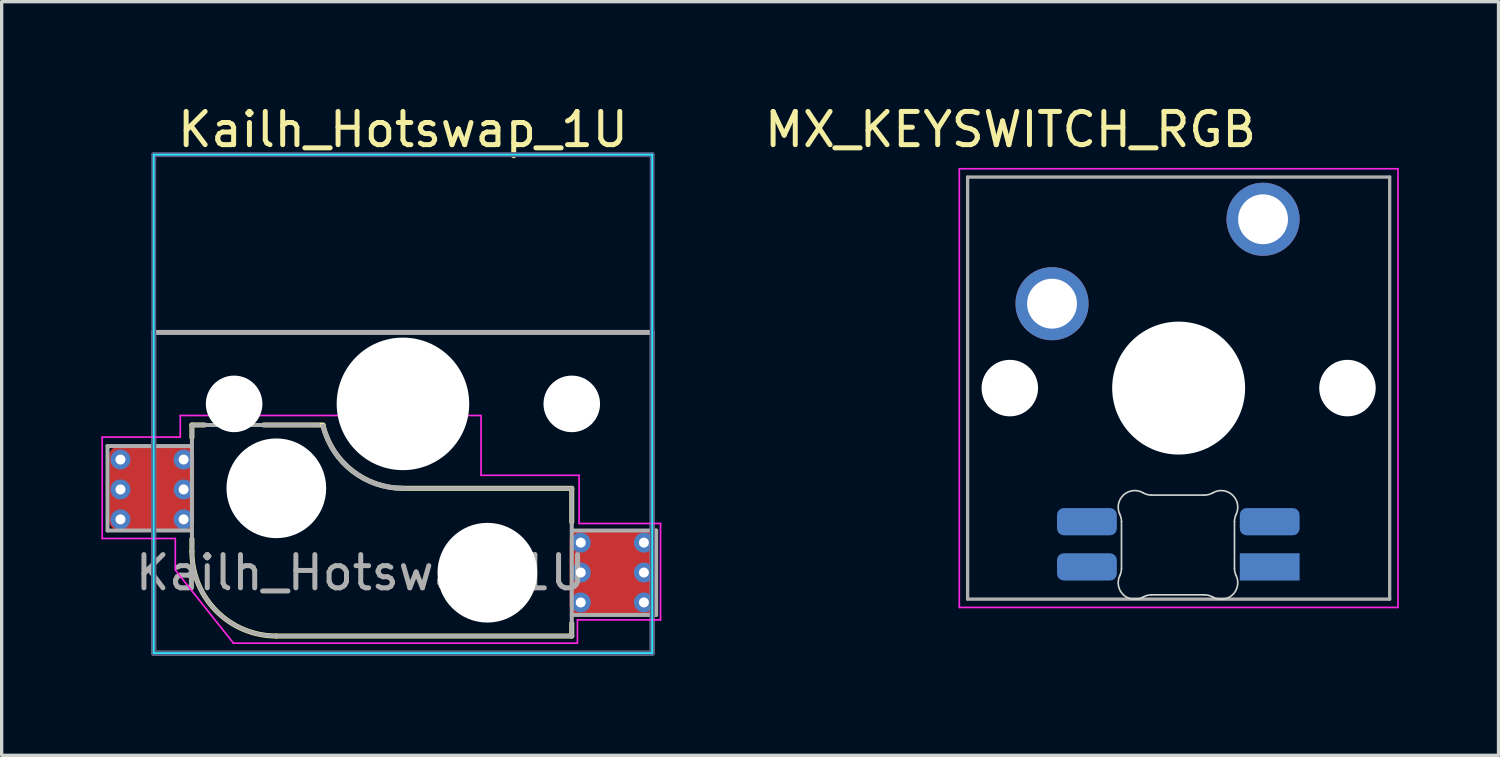
<source format=kicad_pcb>
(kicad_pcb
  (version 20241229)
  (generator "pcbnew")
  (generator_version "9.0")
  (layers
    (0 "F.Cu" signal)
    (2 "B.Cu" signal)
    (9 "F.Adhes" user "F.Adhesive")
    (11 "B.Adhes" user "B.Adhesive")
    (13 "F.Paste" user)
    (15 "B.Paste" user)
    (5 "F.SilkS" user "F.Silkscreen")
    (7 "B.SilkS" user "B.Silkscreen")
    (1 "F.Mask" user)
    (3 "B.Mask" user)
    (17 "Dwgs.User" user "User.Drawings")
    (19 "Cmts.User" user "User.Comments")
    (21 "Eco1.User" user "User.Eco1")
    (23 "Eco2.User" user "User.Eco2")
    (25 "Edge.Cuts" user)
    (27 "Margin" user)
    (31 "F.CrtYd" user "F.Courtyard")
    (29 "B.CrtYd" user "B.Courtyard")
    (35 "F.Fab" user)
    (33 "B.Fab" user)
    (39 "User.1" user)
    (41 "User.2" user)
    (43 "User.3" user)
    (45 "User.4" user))
  (footprint "MX_KEYSWITCH_RGB"
    (layer "F.Cu")
    (at 32.356 8.648)
    (property "Reference" "MX_KEYSWITCH_RGB" (at -5 -7.8 0) (layer "F.SilkS") (effects (font (size 1 1) (thickness 0.15))))
    (attr through_hole)
    (fp_line (start -1.66 5.403) (end -1.66 3.997) (stroke (width 0.05) (type solid)) (layer "Edge.Cuts"))
    (fp_line (start -0.754 3.2) (end 0.834 3.2) (stroke (width 0.05) (type solid)) (layer "Edge.Cuts"))
    (fp_line (start 0.834 6.2) (end -0.754 6.2) (stroke (width 0.05) (type solid)) (layer "Edge.Cuts"))
    (fp_line (start 1.74 3.997) (end 1.74 5.403) (stroke (width 0.05) (type solid)) (layer "Edge.Cuts"))
    (fp_arc (start -1.709484 3.78028) (mid -1.672527 3.885932) (end -1.659999 3.997158) (stroke (width 0.05) (type solid)) (layer "Edge.Cuts"))
    (fp_arc (start -1.709484 3.780281) (mid -1.598072 3.195965) (end -1.006711 3.131701) (stroke (width 0.05) (type solid)) (layer "Edge.Cuts"))
    (fp_arc (start -1.659999 5.402843) (mid -1.672527 5.514068) (end -1.709484 5.61972) (stroke (width 0.05) (type solid)) (layer "Edge.Cuts"))
    (fp_arc (start -1.006711 6.268298) (mid -1.598071 6.204034) (end -1.709484 5.61972) (stroke (width 0.05) (type solid)) (layer "Edge.Cuts"))
    (fp_arc (start -1.006711 6.268298) (mid -0.885123 6.217376) (end -0.754453 6.199999) (stroke (width 0.05) (type solid)) (layer "Edge.Cuts"))
    (fp_arc (start -0.754452 3.2) (mid -0.885123 3.182623) (end -1.006711 3.131701) (stroke (width 0.05) (type solid)) (layer "Edge.Cuts"))
    (fp_arc (start 0.834453 6.2) (mid 0.965123 6.217377) (end 1.086711 6.268299) (stroke (width 0.05) (type solid)) (layer "Edge.Cuts"))
    (fp_arc (start 1.08671 3.131701) (mid 0.965122 3.182623) (end 0.834452 3.2) (stroke (width 0.05) (type solid)) (layer "Edge.Cuts"))
    (fp_arc (start 1.086711 3.131703) (mid 1.67807 3.195966) (end 1.789484 3.78028) (stroke (width 0.05) (type solid)) (layer "Edge.Cuts"))
    (fp_arc (start 1.739999 3.997157) (mid 1.752527 3.885932) (end 1.789484 3.78028) (stroke (width 0.05) (type solid)) (layer "Edge.Cuts"))
    (fp_arc (start 1.789484 5.61972) (mid 1.678071 6.204035) (end 1.086711 6.268299) (stroke (width 0.05) (type solid)) (layer "Edge.Cuts"))
    (fp_arc (start 1.789484 5.61972) (mid 1.752527 5.514068) (end 1.739999 5.402842) (stroke (width 0.05) (type solid)) (layer "Edge.Cuts"))
    (fp_line (start -6.54 -6.62) (end 6.66 -6.62) (stroke (width 0.05) (type solid)) (layer "F.CrtYd"))
    (fp_line (start -6.54 6.58) (end -6.54 -6.62) (stroke (width 0.05) (type solid)) (layer "F.CrtYd"))
    (fp_line (start 6.66 -6.62) (end 6.66 6.58) (stroke (width 0.05) (type solid)) (layer "F.CrtYd"))
    (fp_line (start 6.66 6.58) (end -6.54 6.58) (stroke (width 0.05) (type solid)) (layer "F.CrtYd"))
    (fp_line (start -6.29 -6.37) (end 6.41 -6.37) (stroke (width 0.1) (type solid)) (layer "F.Fab"))
    (fp_line (start -6.29 6.33) (end -6.29 -6.37) (stroke (width 0.1) (type solid)) (layer "F.Fab"))
    (fp_line (start 6.41 -6.37) (end 6.41 6.33) (stroke (width 0.1) (type solid)) (layer "F.Fab"))
    (fp_line (start 6.41 6.33) (end -6.29 6.33) (stroke (width 0.1) (type solid)) (layer "F.Fab"))
    (pad "" np_thru_hole circle (at -5.02 -0.02) (size 1.7 1.7) (drill 1.7) (layers "*.Cu" "*.Mask"))
    (pad "" np_thru_hole circle (at 0.06 -0.02) (size 4 4) (drill 4) (layers "*.Cu" "*.Mask"))
    (pad "" np_thru_hole circle (at 5.14 -0.02) (size 1.7 1.7) (drill 1.7) (layers "*.Cu" "*.Mask"))
    (pad "1" thru_hole circle (at 2.6 -5.1) (size 2.2 2.2) (drill 1.5) (layers "*.Cu" "*.Mask"))
    (pad "2" thru_hole circle (at -3.75 -2.56) (size 2.2 2.2) (drill 1.5) (layers "*.Cu" "*.Mask"))
    (pad "3" smd roundrect (at 2.8 4) (size 1.8 0.82) (layers "B.Cu" "B.Mask" "B.Paste") (roundrect_rratio 0.25))
    (pad "4" smd roundrect (at -2.7 5.36) (size 1.8 0.82) (layers "B.Cu" "B.Mask" "B.Paste") (roundrect_rratio 0.25))
    (pad "5" smd roundrect (at -2.7 4) (size 1.8 0.82) (layers "B.Cu" "B.Mask" "B.Paste") (roundrect_rratio 0.25))
    (pad "6" smd rect (at 2.8 5.36) (size 1.8 0.82) (layers "B.Cu" "B.Mask" "B.Paste")))
  (footprint "Kailh_Hotswap_1U"
    (layer "F.Cu")
    (at 9.075 9.103)
    (property "Reference" "Kailh_Hotswap_1U" (at 0 -8.255 0) (layer "F.SilkS") (effects (font (size 1 1) (thickness 0.15))))
    (attr smd)
    (fp_line (start -6.35 0.635) (end -5.969 0.635) (stroke (width 0.15) (type solid)) (layer "F.SilkS"))
    (fp_line (start -6.35 1.016) (end -6.35 0.635) (stroke (width 0.15) (type solid)) (layer "F.SilkS"))
    (fp_line (start -6.35 4.445) (end -6.35 4.064) (stroke (width 0.15) (type solid)) (layer "F.SilkS"))
    (fp_line (start -4.191 0.635) (end -2.4 0.635) (stroke (width 0.15) (type solid)) (layer "F.SilkS"))
    (fp_line (start 0 2.54) (end 5.08 2.54) (stroke (width 0.15) (type solid)) (layer "F.SilkS"))
    (fp_line (start 5.08 2.54) (end 5.08 3.556) (stroke (width 0.15) (type solid)) (layer "F.SilkS"))
    (fp_line (start 5.08 6.604) (end 5.08 6.985) (stroke (width 0.15) (type solid)) (layer "F.SilkS"))
    (fp_line (start 5.08 6.985) (end -3.81 6.985) (stroke (width 0.15) (type solid)) (layer "F.SilkS"))
    (fp_arc (start -3.81 6.985) (mid -5.606051 6.241051) (end -6.35 4.445) (stroke (width 0.15) (type solid)) (layer "F.SilkS"))
    (fp_arc (start 0.001565 2.54) (mid -1.521828 2.016531) (end -2.399998 0.666137) (stroke (width 0.15) (type solid)) (layer "F.SilkS"))
    (fp_line (start -7.5 -7.5) (end -7.5 7.5) (stroke (width 0.05) (type solid)) (layer "B.CrtYd"))
    (fp_line (start -7.5 -7.5) (end 7.5 -7.5) (stroke (width 0.05) (type solid)) (layer "B.CrtYd"))
    (fp_line (start -7.5 7.5) (end 7.5 7.5) (stroke (width 0.05) (type solid)) (layer "B.CrtYd"))
    (fp_line (start 7.5 7.5) (end 7.5 -7.5) (stroke (width 0.05) (type solid)) (layer "B.CrtYd"))
    (fp_line (start -9.05 1) (end -6.7 1) (stroke (width 0.05) (type solid)) (layer "F.CrtYd"))
    (fp_line (start -9.05 4.05) (end -9.05 1) (stroke (width 0.05) (type solid)) (layer "F.CrtYd"))
    (fp_line (start -9.05 4.05) (end -6.85 4.05) (stroke (width 0.05) (type solid)) (layer "F.CrtYd"))
    (fp_line (start -6.85 4.05) (end -6.85 5) (stroke (width 0.05) (type solid)) (layer "F.CrtYd"))
    (fp_line (start -6.7 0.35) (end -6.7 1) (stroke (width 0.05) (type solid)) (layer "F.CrtYd"))
    (fp_line (start -6.7 0.35) (end 2.35 0.35) (stroke (width 0.05) (type solid)) (layer "F.CrtYd"))
    (fp_line (start -5.1 7.2) (end -6.85 5) (stroke (width 0.05) (type solid)) (layer "F.CrtYd"))
    (fp_line (start -5.1 7.2) (end 5.25 7.2) (stroke (width 0.05) (type solid)) (layer "F.CrtYd"))
    (fp_line (start 2.35 2.15) (end 2.35 0.35) (stroke (width 0.05) (type solid)) (layer "F.CrtYd"))
    (fp_line (start 2.35 2.15) (end 5.3 2.15) (stroke (width 0.05) (type solid)) (layer "F.CrtYd"))
    (fp_line (start 5.25 7.2) (end 5.25 6.5) (stroke (width 0.05) (type solid)) (layer "F.CrtYd"))
    (fp_line (start 5.3 2.15) (end 5.3 3.6) (stroke (width 0.05) (type solid)) (layer "F.CrtYd"))
    (fp_line (start 7.75 3.6) (end 5.3 3.6) (stroke (width 0.05) (type solid)) (layer "F.CrtYd"))
    (fp_line (start 7.75 6.5) (end 5.25 6.5) (stroke (width 0.05) (type solid)) (layer "F.CrtYd"))
    (fp_line (start 7.75 6.5) (end 7.75 3.6) (stroke (width 0.05) (type solid)) (layer "F.CrtYd"))
    (fp_line (start -7.5 -7.5) (end 7.5 -7.5) (stroke (width 0.15) (type solid)) (layer "B.Fab"))
    (fp_line (start -7.5 7.5) (end -7.5 -7.5) (stroke (width 0.15) (type solid)) (layer "B.Fab"))
    (fp_line (start 7.5 -7.5) (end 7.5 7.5) (stroke (width 0.15) (type solid)) (layer "B.Fab"))
    (fp_line (start 7.5 7.5) (end -7.5 7.5) (stroke (width 0.15) (type solid)) (layer "B.Fab"))
    (fp_line (start -8.89 1.27) (end -8.89 3.81) (stroke (width 0.12) (type solid)) (layer "F.Fab"))
    (fp_line (start -8.89 3.81) (end -6.35 3.81) (stroke (width 0.12) (type solid)) (layer "F.Fab"))
    (fp_line (start -7.5 -2.15) (end 7.5 -2.15) (stroke (width 0.15) (type solid)) (layer "F.Fab"))
    (fp_line (start -7.5 7.5) (end -7.5 -2.15) (stroke (width 0.15) (type solid)) (layer "F.Fab"))
    (fp_line (start -6.35 0.635) (end -6.35 4.445) (stroke (width 0.12) (type solid)) (layer "F.Fab"))
    (fp_line (start -6.35 1.27) (end -8.89 1.27) (stroke (width 0.12) (type solid)) (layer "F.Fab"))
    (fp_line (start -3.81 6.985) (end 5.08 6.985) (stroke (width 0.12) (type solid)) (layer "F.Fab"))
    (fp_line (start -2.54 0.635) (end -6.35 0.635) (stroke (width 0.12) (type solid)) (layer "F.Fab"))
    (fp_line (start 5.08 2.54) (end 0 2.54) (stroke (width 0.12) (type solid)) (layer "F.Fab"))
    (fp_line (start 5.08 6.35) (end 7.62 6.35) (stroke (width 0.12) (type solid)) (layer "F.Fab"))
    (fp_line (start 5.08 6.985) (end 5.08 2.54) (stroke (width 0.12) (type solid)) (layer "F.Fab"))
    (fp_line (start 7.5 -2.15) (end 7.5 7.5) (stroke (width 0.15) (type solid)) (layer "F.Fab"))
    (fp_line (start 7.5 7.5) (end -7.5 7.5) (stroke (width 0.15) (type solid)) (layer "F.Fab"))
    (fp_line (start 7.62 3.81) (end 5.08 3.81) (stroke (width 0.12) (type solid)) (layer "F.Fab"))
    (fp_line (start 7.62 6.35) (end 7.62 3.81) (stroke (width 0.12) (type solid)) (layer "F.Fab"))
    (fp_arc (start -3.81 6.985) (mid -5.606051 6.241051) (end -6.35 4.445) (stroke (width 0.12) (type solid)) (layer "F.Fab"))
    (fp_arc (start 0 2.54) (mid -1.523393 2.016531) (end -2.401563 0.666137) (stroke (width 0.15) (type solid)) (layer "F.Fab"))
    (fp_text user "${REFERENCE}" (at -1.27 5.08 0) (layer "F.Fab") (effects (font (size 1 1) (thickness 0.15))))
    (pad "" np_thru_hole circle (at -5.08 0) (size 1.702 1.702) (drill 1.702) (layers "*.Cu" "*.Mask"))
    (pad "" np_thru_hole circle (at -3.81 2.54) (size 3 3) (drill 3) (layers "*.Cu" "*.Mask"))
    (pad "" np_thru_hole circle (at 0 0) (size 3.988 3.988) (drill 3.988) (layers "*.Cu" "*.Mask"))
    (pad "" np_thru_hole circle (at 2.54 5.08) (size 3 3) (drill 3) (layers "*.Cu" "*.Mask"))
    (pad "" np_thru_hole circle (at 5.08 0) (size 1.702 1.702) (drill 1.702) (layers "*.Cu" "*.Mask"))
    (pad "1" thru_hole circle (at 5.35 4.175) (size 0.6 0.6) (drill 0.3) (layers "*.Cu" "F.Mask"))
    (pad "1" thru_hole circle (at 5.35 5.075) (size 0.6 0.6) (drill 0.3) (layers "*.Cu" "F.Mask"))
    (pad "1" thru_hole circle (at 5.35 5.975) (size 0.6 0.6) (drill 0.3) (layers "*.Cu" "F.Mask"))
    (pad "1" smd roundrect (at 6.29 5.08) (size 2.55 2.5) (layers "F.Cu" "F.Mask" "F.Paste") (roundrect_rratio 0.1))
    (pad "1" thru_hole circle (at 7.25 4.175) (size 0.6 0.6) (drill 0.3) (layers "*.Cu" "F.Mask"))
    (pad "1" thru_hole circle (at 7.25 5.075) (size 0.6 0.6) (drill 0.3) (layers "*.Cu" "F.Mask"))
    (pad "1" thru_hole circle (at 7.25 5.975) (size 0.6 0.6) (drill 0.3) (layers "*.Cu" "F.Mask"))
    (pad "2" thru_hole circle (at -8.5 1.675) (size 0.6 0.6) (drill 0.3) (layers "*.Cu" "F.Mask"))
    (pad "2" thru_hole circle (at -8.5 2.575) (size 0.6 0.6) (drill 0.3) (layers "*.Cu" "F.Mask"))
    (pad "2" thru_hole circle (at -8.5 3.475) (size 0.6 0.6) (drill 0.3) (layers "*.Cu" "F.Mask"))
    (pad "2" smd roundrect (at -7.56 2.54) (size 2.55 2.5) (layers "F.Cu" "F.Mask" "F.Paste") (roundrect_rratio 0.1))
    (pad "2" thru_hole circle (at -6.6 1.675) (size 0.6 0.6) (drill 0.3) (layers "*.Cu" "F.Mask"))
    (pad "2" thru_hole circle (at -6.6 2.575) (size 0.6 0.6) (drill 0.3) (layers "*.Cu" "F.Mask"))
    (pad "2" thru_hole circle (at -6.6 3.475) (size 0.6 0.6) (drill 0.3) (layers "*.Cu" "F.Mask")))
  (gr_rect
    (start -3 -3)
    (end 42.041 19.678)
    (stroke (width 0.1) (type default))
    (fill no)
    (layer "Edge.Cuts")))
</source>
